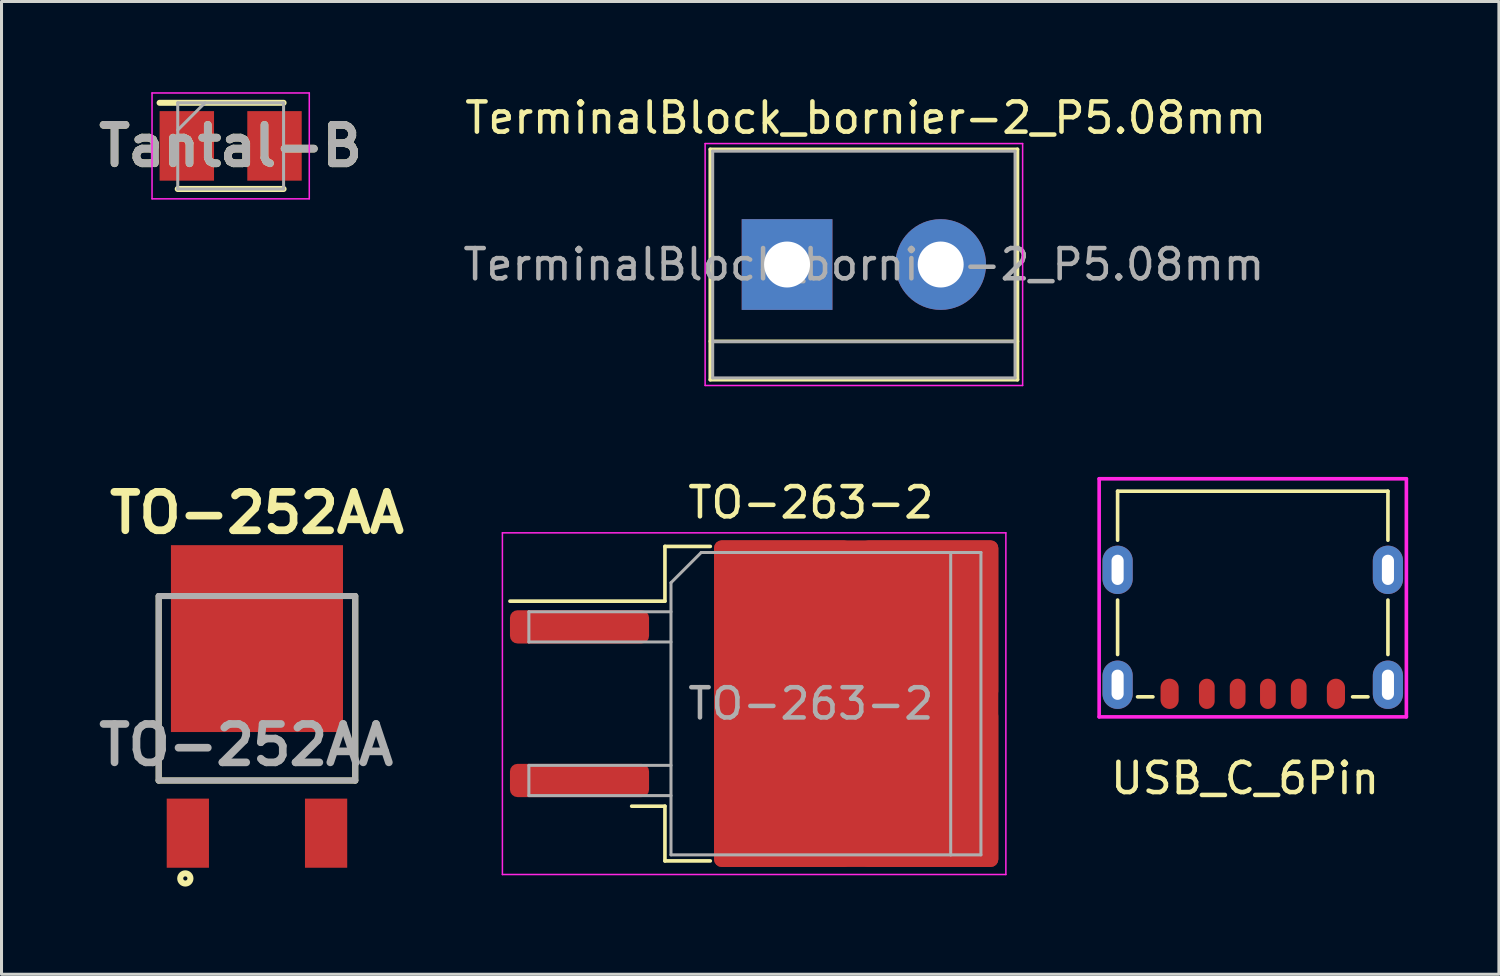
<source format=kicad_pcb>
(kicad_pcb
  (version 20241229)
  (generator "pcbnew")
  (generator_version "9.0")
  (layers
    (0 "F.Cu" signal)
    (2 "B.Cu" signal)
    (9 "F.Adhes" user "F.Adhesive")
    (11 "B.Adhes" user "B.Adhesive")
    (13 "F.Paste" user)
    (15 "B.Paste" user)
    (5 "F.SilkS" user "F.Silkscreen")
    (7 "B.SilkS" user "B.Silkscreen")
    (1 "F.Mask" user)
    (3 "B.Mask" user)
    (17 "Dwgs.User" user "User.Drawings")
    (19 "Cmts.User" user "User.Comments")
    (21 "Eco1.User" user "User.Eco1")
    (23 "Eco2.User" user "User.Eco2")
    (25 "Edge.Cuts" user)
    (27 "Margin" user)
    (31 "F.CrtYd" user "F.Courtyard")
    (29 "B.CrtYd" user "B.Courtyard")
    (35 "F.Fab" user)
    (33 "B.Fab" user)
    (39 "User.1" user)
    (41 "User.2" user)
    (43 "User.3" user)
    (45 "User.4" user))
  (footprint "TerminalBlock_bornier-2_P5.08mm"
    (layer "F.Cu")
    (at 22.979 5.698)
    (property "Reference" "TerminalBlock_bornier-2_P5.08mm" (at 2.6 -4.85 180) (layer "F.SilkS") (effects (font (size 1 1) (thickness 0.15))))
    (attr through_hole)
    (fp_line (start -2.54 -3.81) (end -2.54 3.81) (stroke (width 0.12) (type solid)) (layer "F.SilkS"))
    (fp_line (start -2.54 3.81) (end 7.62 3.81) (stroke (width 0.12) (type solid)) (layer "F.SilkS"))
    (fp_line (start 7.62 -3.81) (end -2.54 -3.81) (stroke (width 0.12) (type solid)) (layer "F.SilkS"))
    (fp_line (start 7.62 2.54) (end -2.54 2.54) (stroke (width 0.12) (type solid)) (layer "F.SilkS"))
    (fp_line (start 7.62 3.81) (end 7.62 -3.81) (stroke (width 0.12) (type solid)) (layer "F.SilkS"))
    (fp_line (start -2.71 -4) (end -2.71 4) (stroke (width 0.05) (type solid)) (layer "F.CrtYd"))
    (fp_line (start -2.71 -4) (end 7.79 -4) (stroke (width 0.05) (type solid)) (layer "F.CrtYd"))
    (fp_line (start 7.79 4) (end -2.71 4) (stroke (width 0.05) (type solid)) (layer "F.CrtYd"))
    (fp_line (start 7.79 4) (end 7.79 -4) (stroke (width 0.05) (type solid)) (layer "F.CrtYd"))
    (fp_line (start -2.46 -3.75) (end -2.46 3.75) (stroke (width 0.1) (type solid)) (layer "F.Fab"))
    (fp_line (start -2.46 3.75) (end 7.54 3.75) (stroke (width 0.1) (type solid)) (layer "F.Fab"))
    (fp_line (start -2.41 2.55) (end 7.49 2.55) (stroke (width 0.1) (type solid)) (layer "F.Fab"))
    (fp_line (start 7.54 -3.75) (end -2.46 -3.75) (stroke (width 0.1) (type solid)) (layer "F.Fab"))
    (fp_line (start 7.54 3.75) (end 7.54 -3.75) (stroke (width 0.1) (type solid)) (layer "F.Fab"))
    (fp_text user "${REFERENCE}" (at 2.54 0 0) (layer "F.Fab") (effects (font (size 1 1) (thickness 0.15))))
    (pad "1" thru_hole rect (at 0 0) (size 3 3) (drill 1.52) (layers "*.Cu" "*.Mask"))
    (pad "2" thru_hole circle (at 5.08 0) (size 3 3) (drill 1.52) (layers "*.Cu" "*.Mask")))
  (footprint "Tantal-B"
    (layer "F.Cu")
    (at 4.578 1.775)
    (property "Reference" "Tantal-B" (at 0 0 0) (layer "F.SilkS") (effects (font (size 1.27 1.27) (thickness 0.254))))
    (attr smd)
    (fp_line (start -1.75 1.425) (end 1.75 1.425) (stroke (width 0.2) (type solid)) (layer "F.SilkS"))
    (fp_line (start 1.75 -1.425) (end -2.35 -1.425) (stroke (width 0.2) (type solid)) (layer "F.SilkS"))
    (fp_line (start -2.6 -1.75) (end 2.6 -1.75) (stroke (width 0.05) (type solid)) (layer "F.CrtYd"))
    (fp_line (start -2.6 1.75) (end -2.6 -1.75) (stroke (width 0.05) (type solid)) (layer "F.CrtYd"))
    (fp_line (start 2.6 -1.75) (end 2.6 1.75) (stroke (width 0.05) (type solid)) (layer "F.CrtYd"))
    (fp_line (start 2.6 1.75) (end -2.6 1.75) (stroke (width 0.05) (type solid)) (layer "F.CrtYd"))
    (fp_line (start -1.75 -1.425) (end 1.75 -1.425) (stroke (width 0.1) (type solid)) (layer "F.Fab"))
    (fp_line (start -1.75 -0.525) (end -0.85 -1.425) (stroke (width 0.1) (type solid)) (layer "F.Fab"))
    (fp_line (start -1.75 1.425) (end -1.75 -1.425) (stroke (width 0.1) (type solid)) (layer "F.Fab"))
    (fp_line (start 1.75 -1.425) (end 1.75 1.425) (stroke (width 0.1) (type solid)) (layer "F.Fab"))
    (fp_line (start 1.75 1.425) (end -1.75 1.425) (stroke (width 0.1) (type solid)) (layer "F.Fab"))
    (fp_text user "${REFERENCE}" (at 0 0 0) (layer "F.Fab") (effects (font (size 1.27 1.27) (thickness 0.254))))
    (pad "1" smd rect (at -1.45 0) (size 1.8 2.3) (layers "F.Cu" "F.Mask" "F.Paste"))
    (pad "2" smd rect (at 1.45 0) (size 1.8 2.3) (layers "F.Cu" "F.Mask" "F.Paste")))
  (footprint "TO-263-2"
    (layer "F.Cu")
    (at 23.765 20.221)
    (property "Reference" "TO-263-2" (at 0 -6.65 0) (layer "F.SilkS") (effects (font (size 1 1) (thickness 0.15))))
    (attr smd)
    (fp_line (start -4.825 -5.2) (end -4.825 -3.39) (stroke (width 0.12) (type solid)) (layer "F.SilkS"))
    (fp_line (start -4.825 -3.39) (end -9.95 -3.39) (stroke (width 0.12) (type solid)) (layer "F.SilkS"))
    (fp_line (start -4.825 3.39) (end -5.925 3.39) (stroke (width 0.12) (type solid)) (layer "F.SilkS"))
    (fp_line (start -4.825 5.2) (end -4.825 3.39) (stroke (width 0.12) (type solid)) (layer "F.SilkS"))
    (fp_line (start -3.325 -5.2) (end -4.825 -5.2) (stroke (width 0.12) (type solid)) (layer "F.SilkS"))
    (fp_line (start -3.325 5.2) (end -4.825 5.2) (stroke (width 0.12) (type solid)) (layer "F.SilkS"))
    (fp_line (start -10.2 -5.65) (end -10.2 5.65) (stroke (width 0.05) (type solid)) (layer "F.CrtYd"))
    (fp_line (start -10.2 5.65) (end 6.45 5.65) (stroke (width 0.05) (type solid)) (layer "F.CrtYd"))
    (fp_line (start 6.45 -5.65) (end -10.2 -5.65) (stroke (width 0.05) (type solid)) (layer "F.CrtYd"))
    (fp_line (start 6.45 5.65) (end 6.45 -5.65) (stroke (width 0.05) (type solid)) (layer "F.CrtYd"))
    (fp_line (start -9.325 -3.04) (end -9.325 -2.04) (stroke (width 0.1) (type solid)) (layer "F.Fab"))
    (fp_line (start -9.325 -2.04) (end -4.625 -2.04) (stroke (width 0.1) (type solid)) (layer "F.Fab"))
    (fp_line (start -9.325 2.04) (end -9.325 3.04) (stroke (width 0.1) (type solid)) (layer "F.Fab"))
    (fp_line (start -9.325 3.04) (end -4.625 3.04) (stroke (width 0.1) (type solid)) (layer "F.Fab"))
    (fp_line (start -4.625 -4) (end -3.625 -5) (stroke (width 0.1) (type solid)) (layer "F.Fab"))
    (fp_line (start -4.625 -3.04) (end -9.325 -3.04) (stroke (width 0.1) (type solid)) (layer "F.Fab"))
    (fp_line (start -4.625 2.04) (end -9.325 2.04) (stroke (width 0.1) (type solid)) (layer "F.Fab"))
    (fp_line (start -4.625 5) (end -4.625 -4) (stroke (width 0.1) (type solid)) (layer "F.Fab"))
    (fp_line (start -3.625 -5) (end 4.625 -5) (stroke (width 0.1) (type solid)) (layer "F.Fab"))
    (fp_line (start 4.625 -5) (end 4.625 5) (stroke (width 0.1) (type solid)) (layer "F.Fab"))
    (fp_line (start 4.625 -5) (end 5.625 -5) (stroke (width 0.1) (type solid)) (layer "F.Fab"))
    (fp_line (start 4.625 5) (end -4.625 5) (stroke (width 0.1) (type solid)) (layer "F.Fab"))
    (fp_line (start 5.625 -5) (end 5.625 5) (stroke (width 0.1) (type solid)) (layer "F.Fab"))
    (fp_line (start 5.625 5) (end 4.625 5) (stroke (width 0.1) (type solid)) (layer "F.Fab"))
    (fp_text user "${REFERENCE}" (at 0 0 0) (layer "F.Fab") (effects (font (size 1 1) (thickness 0.15))))
    (pad "1" smd roundrect (at -7.65 -2.54) (size 4.6 1.1) (layers "F.Cu" "F.Mask" "F.Paste") (roundrect_rratio 0.227))
    (pad "2" smd roundrect (at -7.65 2.54) (size 4.6 1.1) (layers "F.Cu" "F.Mask" "F.Paste") (roundrect_rratio 0.227))
    (pad "3" smd roundrect (at -0.925 -2.775) (size 4.55 5.25) (layers "F.Cu" "F.Paste") (roundrect_rratio 0.055))
    (pad "3" smd roundrect (at -0.925 2.775) (size 4.55 5.25) (layers "F.Cu" "F.Paste") (roundrect_rratio 0.055))
    (pad "3" smd roundrect (at 1.5 0) (size 9.4 10.8) (layers "F.Cu" "F.Mask") (roundrect_rratio 0.027))
    (pad "3" smd roundrect (at 3.925 -2.775) (size 4.55 5.25) (layers "F.Cu" "F.Paste") (roundrect_rratio 0.055))
    (pad "3" smd roundrect (at 3.925 2.775) (size 4.55 5.25) (layers "F.Cu" "F.Paste") (roundrect_rratio 0.055)))
  (footprint "TO-252AA"
    (layer "F.Cu")
    (at 5.448 16.662)
    (property "Reference" "TO-252AA" (at 0 -2.75 0) (layer "F.SilkS") (effects (font (size 1.27 1.27) (thickness 0.254))))
    (attr smd)
    (fp_line (start -3.25 0) (end -3.25 6.1) (stroke (width 0.2) (type solid)) (layer "F.SilkS"))
    (fp_line (start -3.25 6.1) (end 3.25 6.1) (stroke (width 0.2) (type solid)) (layer "F.SilkS"))
    (fp_line (start 3.25 6.1) (end 3.25 0) (stroke (width 0.2) (type solid)) (layer "F.SilkS"))
    (fp_circle (center -2.369 9.339) (end -2.369 9.408) (stroke (width 0.2) (type solid)) (fill no) (layer "F.SilkS"))
    (fp_line (start -3.25 0) (end 3.25 0) (stroke (width 0.2) (type solid)) (layer "F.Fab"))
    (fp_line (start -3.25 6.1) (end -3.25 0) (stroke (width 0.2) (type solid)) (layer "F.Fab"))
    (fp_line (start 3.25 0) (end 3.25 6.1) (stroke (width 0.2) (type solid)) (layer "F.Fab"))
    (fp_line (start 3.25 6.1) (end -3.25 6.1) (stroke (width 0.2) (type solid)) (layer "F.Fab"))
    (fp_text user "${REFERENCE}" (at -0.356 4.925 0) (layer "F.Fab") (effects (font (size 1.27 1.27) (thickness 0.254))))
    (pad "1" smd rect (at -2.286 7.842) (size 1.397 2.286) (layers "F.Cu" "F.Mask" "F.Paste"))
    (pad "2" smd rect (at 2.286 7.842) (size 1.397 2.286) (layers "F.Cu" "F.Mask" "F.Paste"))
    (pad "3" smd rect (at 0 1.407) (size 5.69 6.18) (layers "F.Cu" "F.Mask" "F.Paste")))
  (footprint "USB_C_6Pin"
    (layer "F.Cu")
    (at 38.38 19.895)
    (property "Reference" "USB_C_6Pin" (at -0.254 2.794 0) (layer "F.SilkS") (effects (font (size 1 1) (thickness 0.15))))
    (attr through_hole)
    (fp_line (start -4.47 -6.7) (end 4.47 -6.7) (stroke (width 0.12) (type solid)) (layer "F.SilkS"))
    (fp_line (start -4.47 -5.08) (end -4.47 -6.7) (stroke (width 0.12) (type solid)) (layer "F.SilkS"))
    (fp_line (start -4.47 -1.3) (end -4.47 -3.1) (stroke (width 0.12) (type solid)) (layer "F.SilkS"))
    (fp_line (start -3.302 0.1) (end -3.81 0.1) (stroke (width 0.12) (type solid)) (layer "F.SilkS"))
    (fp_line (start 3.81 0.1) (end 3.302 0.1) (stroke (width 0.12) (type solid)) (layer "F.SilkS"))
    (fp_line (start 4.47 -6.7) (end 4.47 -5.08) (stroke (width 0.12) (type solid)) (layer "F.SilkS"))
    (fp_line (start 4.47 -1.3) (end 4.47 -3.1) (stroke (width 0.12) (type solid)) (layer "F.SilkS"))
    (fp_line (start -5.08 -7.112) (end 5.08 -7.112) (stroke (width 0.12) (type solid)) (layer "F.CrtYd"))
    (fp_line (start -5.08 0.762) (end -5.08 -7.112) (stroke (width 0.12) (type solid)) (layer "F.CrtYd"))
    (fp_line (start 5.08 -7.112) (end 5.08 0.762) (stroke (width 0.12) (type solid)) (layer "F.CrtYd"))
    (fp_line (start 5.08 0.762) (end -5.08 0.762) (stroke (width 0.12) (type solid)) (layer "F.CrtYd"))
    (pad "1" smd oval (at -2.75 0) (size 0.6 1) (layers "F.Cu" "F.Mask" "F.Paste"))
    (pad "2" smd oval (at -1.52 0) (size 0.52 1) (layers "F.Cu" "F.Mask" "F.Paste"))
    (pad "3" smd oval (at -0.5 0) (size 0.52 1) (layers "F.Cu" "F.Mask" "F.Paste"))
    (pad "4" smd oval (at 0.5 0) (size 0.52 1) (layers "F.Cu" "F.Mask" "F.Paste"))
    (pad "5" smd oval (at 1.52 0) (size 0.52 1) (layers "F.Cu" "F.Mask" "F.Paste"))
    (pad "6" smd oval (at 2.75 0) (size 0.6 1) (layers "F.Cu" "F.Mask" "F.Paste"))
    (pad "7" thru_hole oval (at -4.47 -4.1) (size 1 1.6) (drill oval 0.4 1) (layers "*.Cu" "*.Mask"))
    (pad "7" thru_hole oval (at -4.47 -0.3) (size 1 1.6) (drill oval 0.4 1) (layers "*.Cu" "*.Mask"))
    (pad "7" thru_hole oval (at 4.47 -4.1) (size 1 1.6) (drill oval 0.4 1) (layers "*.Cu" "*.Mask"))
    (pad "7" thru_hole oval (at 4.47 -0.3) (size 1 1.6) (drill oval 0.4 1) (layers "*.Cu" "*.Mask")))
  (gr_rect
    (start -3 -3)
    (end 46.52 29.17)
    (stroke (width 0.1) (type default))
    (fill no)
    (layer "Edge.Cuts")))
</source>
